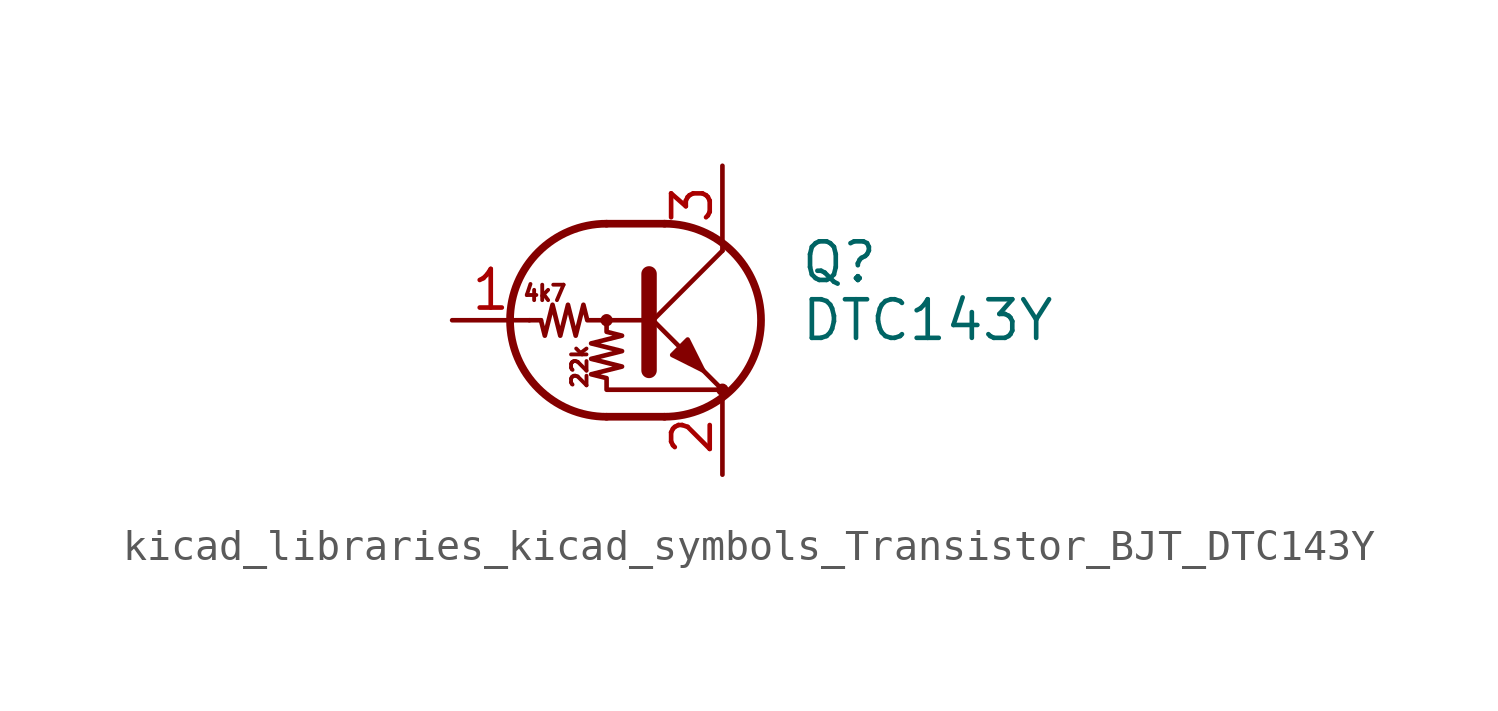
<source format=kicad_sym>
(kicad_symbol_lib
  (version 20220914)
  (generator kicad_symbol_editor)
  (symbol "kicad_libraries_kicad_symbols_Transistor_BJT_DTC143Y"
    (pin_names
      (offset 0) hide)
    (property "Reference" "Q"
      (at 5.08 1.905 0)
      (effects (font (size 1.27 1.27)) (justify left)))
    (property "Value" "DTC143Y"
      (at 5.08 0 0)
      (effects (font (size 1.27 1.27)) (justify left)))
    (symbol "kicad_libraries_kicad_symbols_Transistor_BJT_DTC143Y_0_0"
      (text "22k" (at -2.159 -1.524 900) (effects (font (size 0.508 0.508))))
      (text "4k7" (at -3.302 0.889 0) (effects (font (size 0.508 0.508)))))
    (symbol "kicad_libraries_kicad_symbols_Transistor_BJT_DTC143Y_0_1"
      (circle (center -1.27 0) (radius 0.127) (stroke (width 0) (type default)) (fill (type none)))
      (arc (start -1.27 3.175) (mid -4.4312 0) (end -1.27 -3.175) (stroke (width 0.254) (type default)) (fill (type none)))
      (polyline (pts (xy -3.429 0) (xy -3.81 0)) (stroke (width 0) (type default)) (fill (type none)))
      (polyline (pts (xy -1.27 -3.175) (xy 0.635 -3.175)) (stroke (width 0.254) (type default)) (fill (type none)))
      (polyline (pts (xy -1.27 3.175) (xy 0.635 3.175)) (stroke (width 0.254) (type default)) (fill (type none)))
      (polyline (pts (xy 0 -0.254) (xy 2.54 2.286)) (stroke (width 0) (type default)) (fill (type none)))
      (polyline (pts (xy 0.127 1.524) (xy 0.127 -1.651)) (stroke (width 0.508) (type default)) (fill (type outline)))
      (polyline (pts (xy 2.54 2.286) (xy 2.54 2.54)) (stroke (width 0) (type default)) (fill (type none)))
      (polyline (pts (xy 2.54 -2.286) (xy 0 0.254) (xy 0 0.254)) (stroke (width 0) (type default)) (fill (type none)))
      (polyline (pts (xy 0.889 -1.143) (xy 1.397 -0.635) (xy 1.905 -1.651) (xy 0.889 -1.143)) (stroke (width 0) (type default)) (fill (type outline)))
      (polyline (pts (xy 0 0) (xy -1.905 0) (xy -2.032 0.508) (xy -2.286 -0.508) (xy -2.54 0.508) (xy -2.794 -0.508) (xy -3.048 0.508) (xy -3.302 -0.508) (xy -3.429 0)) (stroke (width 0) (type default)) (fill (type none)))
      (polyline (pts (xy -1.27 0) (xy -1.27 -0.381) (xy -0.762 -0.508) (xy -1.778 -0.762) (xy -0.762 -1.016) (xy -1.778 -1.27) (xy -0.762 -1.524) (xy -1.778 -1.778) (xy -1.27 -1.905) (xy -1.27 -2.286) (xy 2.54 -2.286)) (stroke (width 0) (type default)) (fill (type none)))
      (arc (start 0.635 -3.175) (mid 3.7962 0) (end 0.635 3.175) (stroke (width 0.254) (type default)) (fill (type none)))
      (circle (center 2.54 -2.286) (radius 0.127) (stroke (width 0) (type default)) (fill (type none))))
    (symbol "kicad_libraries_kicad_symbols_Transistor_BJT_DTC143Y_1_1"
      (pin input line (at -6.35 0 0) (length 2.54) (name "B" (effects (font (size 1.27 1.27)))) (number "1" (effects (font (size 1.27 1.27)))))
      (pin passive line (at 2.54 -5.08 90) (length 2.54) (name "E" (effects (font (size 1.27 1.27)))) (number "2" (effects (font (size 1.27 1.27)))))
      (pin passive line (at 2.54 5.08 270) (length 2.54) (name "C" (effects (font (size 1.27 1.27)))) (number "3" (effects (font (size 1.27 1.27))))))))
</source>
